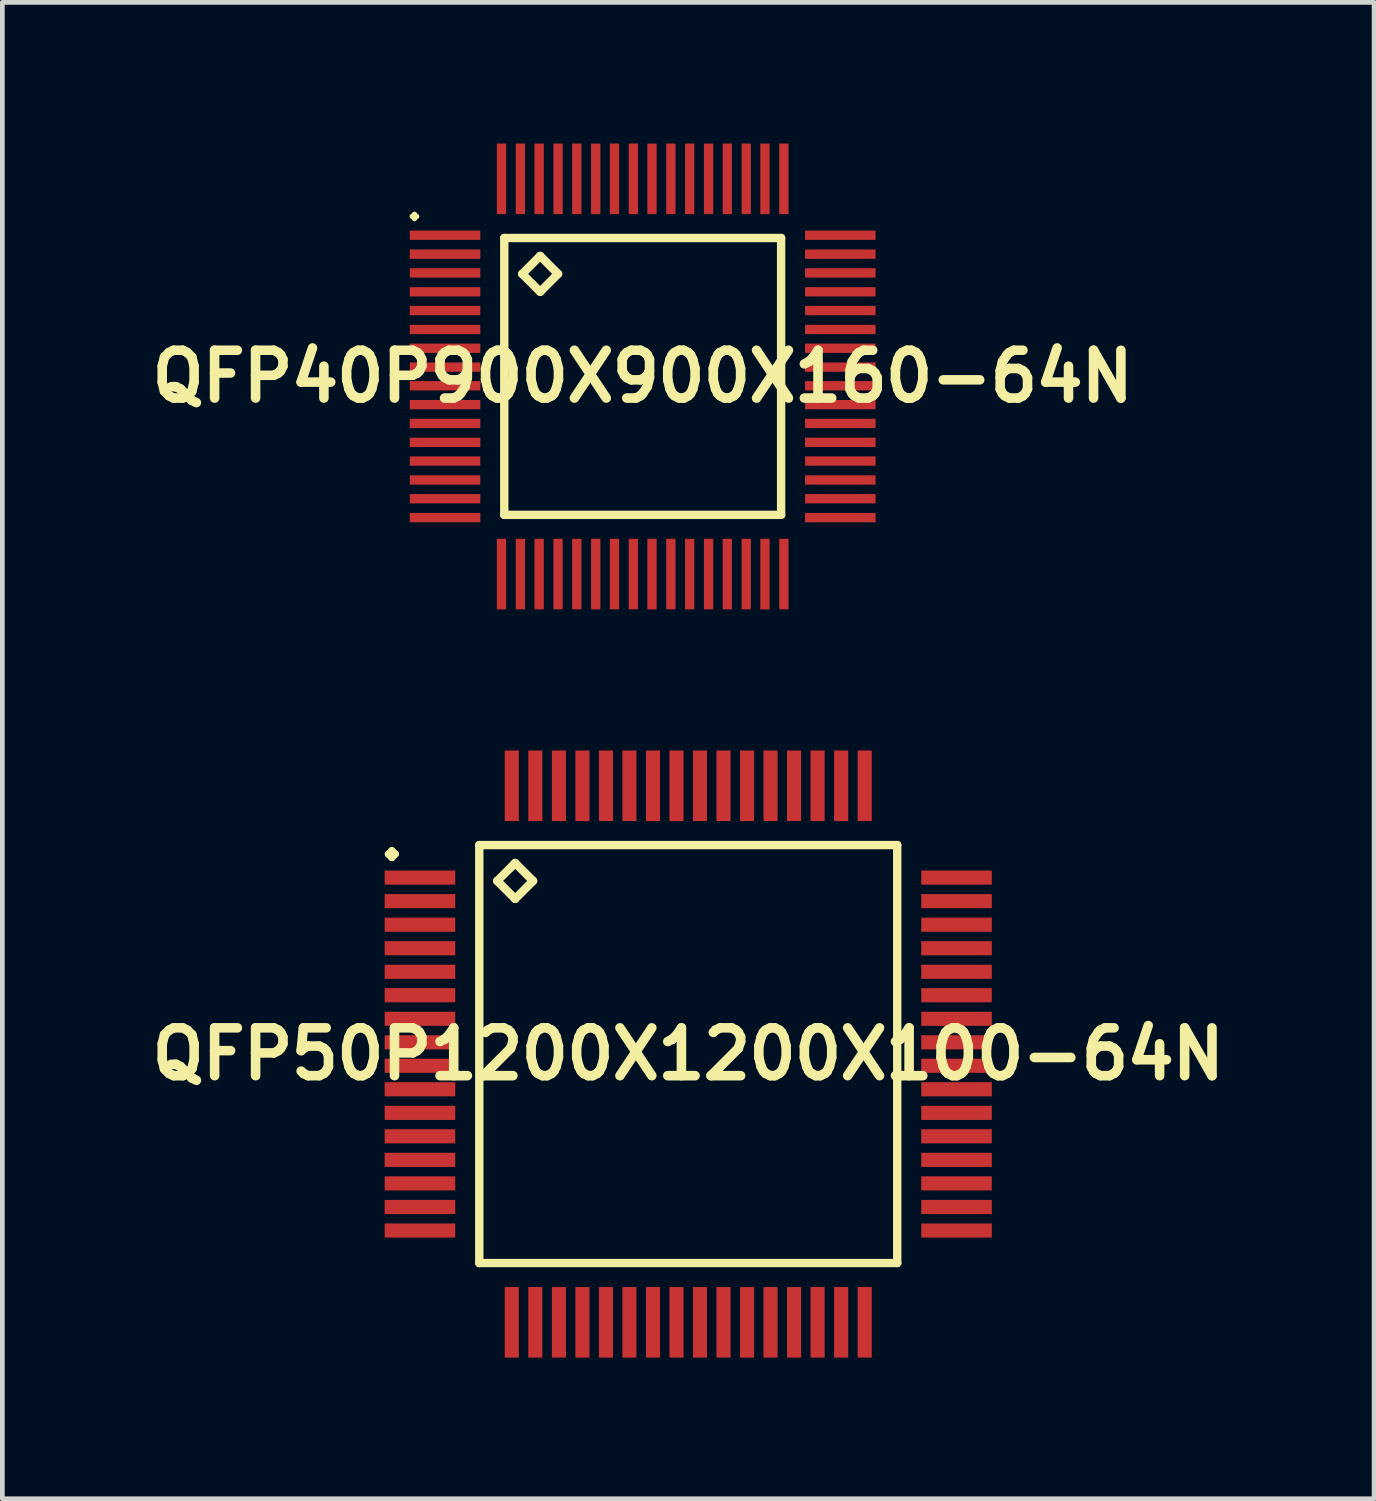
<source format=kicad_pcb>
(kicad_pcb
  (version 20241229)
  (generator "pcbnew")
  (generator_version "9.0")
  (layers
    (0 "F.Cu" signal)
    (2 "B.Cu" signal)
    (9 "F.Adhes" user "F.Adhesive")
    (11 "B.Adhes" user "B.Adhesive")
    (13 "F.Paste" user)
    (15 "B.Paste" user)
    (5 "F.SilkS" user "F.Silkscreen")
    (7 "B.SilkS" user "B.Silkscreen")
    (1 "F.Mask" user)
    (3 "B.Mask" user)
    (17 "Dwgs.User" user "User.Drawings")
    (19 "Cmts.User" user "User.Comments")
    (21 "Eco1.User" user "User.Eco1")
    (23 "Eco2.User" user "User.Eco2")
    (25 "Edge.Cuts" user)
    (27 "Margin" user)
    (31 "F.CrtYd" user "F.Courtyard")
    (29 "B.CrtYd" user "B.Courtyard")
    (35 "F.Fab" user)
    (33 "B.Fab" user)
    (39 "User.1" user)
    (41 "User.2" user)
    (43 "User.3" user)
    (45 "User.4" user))
  (footprint "QFP40P900X900X160-64N"
    (layer "F.Cu")
    (at 10.605 4.948)
    (property "Reference" "QFP40P900X900X160-64N" (at 0 0 0) (layer "F.SilkS") (effects (font (size 1.016 1.016) (thickness 0.203))))
    (attr smd)
    (fp_line (start -4.9 -3.399) (end -4.849 -3.449) (stroke (width 0.099) (type solid)) (layer "F.SilkS"))
    (fp_line (start -4.849 -3.449) (end -4.798 -3.399) (stroke (width 0.099) (type solid)) (layer "F.SilkS"))
    (fp_line (start -4.849 -3.348) (end -4.9 -3.399) (stroke (width 0.099) (type solid)) (layer "F.SilkS"))
    (fp_line (start -4.798 -3.399) (end -4.849 -3.348) (stroke (width 0.099) (type solid)) (layer "F.SilkS"))
    (fp_line (start -2.941 -2.941) (end -2.941 2.941) (stroke (width 0.178) (type solid)) (layer "F.SilkS"))
    (fp_line (start -2.941 2.941) (end 2.941 2.941) (stroke (width 0.178) (type solid)) (layer "F.SilkS"))
    (fp_line (start -2.56 -2.179) (end -2.179 -2.56) (stroke (width 0.178) (type solid)) (layer "F.SilkS"))
    (fp_line (start -2.179 -2.56) (end -1.798 -2.179) (stroke (width 0.178) (type solid)) (layer "F.SilkS"))
    (fp_line (start -2.179 -1.798) (end -2.56 -2.179) (stroke (width 0.178) (type solid)) (layer "F.SilkS"))
    (fp_line (start -1.798 -2.179) (end -2.179 -1.798) (stroke (width 0.178) (type solid)) (layer "F.SilkS"))
    (fp_line (start 2.941 -2.941) (end -2.941 -2.941) (stroke (width 0.178) (type solid)) (layer "F.SilkS"))
    (fp_line (start 2.941 2.941) (end 2.941 -2.941) (stroke (width 0.178) (type solid)) (layer "F.SilkS"))
    (pad "1" smd rect (at -4.199 -3) (size 1.499 0.198) (layers "F.Cu" "F.Mask" "F.Paste"))
    (pad "2" smd rect (at -4.199 -2.598) (size 1.499 0.198) (layers "F.Cu" "F.Mask" "F.Paste"))
    (pad "3" smd rect (at -4.199 -2.2) (size 1.499 0.198) (layers "F.Cu" "F.Mask" "F.Paste"))
    (pad "4" smd rect (at -4.199 -1.798) (size 1.499 0.198) (layers "F.Cu" "F.Mask" "F.Paste"))
    (pad "5" smd rect (at -4.199 -1.4) (size 1.499 0.198) (layers "F.Cu" "F.Mask" "F.Paste"))
    (pad "6" smd rect (at -4.199 -0.998) (size 1.499 0.198) (layers "F.Cu" "F.Mask" "F.Paste"))
    (pad "7" smd rect (at -4.199 -0.599) (size 1.499 0.198) (layers "F.Cu" "F.Mask" "F.Paste"))
    (pad "8" smd rect (at -4.199 -0.198) (size 1.499 0.198) (layers "F.Cu" "F.Mask" "F.Paste"))
    (pad "9" smd rect (at -4.199 0.198) (size 1.499 0.198) (layers "F.Cu" "F.Mask" "F.Paste"))
    (pad "10" smd rect (at -4.199 0.599) (size 1.499 0.198) (layers "F.Cu" "F.Mask" "F.Paste"))
    (pad "11" smd rect (at -4.199 0.998) (size 1.499 0.198) (layers "F.Cu" "F.Mask" "F.Paste"))
    (pad "12" smd rect (at -4.199 1.4) (size 1.499 0.198) (layers "F.Cu" "F.Mask" "F.Paste"))
    (pad "13" smd rect (at -4.199 1.798) (size 1.499 0.198) (layers "F.Cu" "F.Mask" "F.Paste"))
    (pad "14" smd rect (at -4.199 2.2) (size 1.499 0.198) (layers "F.Cu" "F.Mask" "F.Paste"))
    (pad "15" smd rect (at -4.199 2.598) (size 1.499 0.198) (layers "F.Cu" "F.Mask" "F.Paste"))
    (pad "16" smd rect (at -4.199 3) (size 1.499 0.198) (layers "F.Cu" "F.Mask" "F.Paste"))
    (pad "17" smd rect (at -3 4.199) (size 0.198 1.499) (layers "F.Cu" "F.Mask" "F.Paste"))
    (pad "18" smd rect (at -2.598 4.199) (size 0.198 1.499) (layers "F.Cu" "F.Mask" "F.Paste"))
    (pad "19" smd rect (at -2.2 4.199) (size 0.198 1.499) (layers "F.Cu" "F.Mask" "F.Paste"))
    (pad "20" smd rect (at -1.798 4.199) (size 0.198 1.499) (layers "F.Cu" "F.Mask" "F.Paste"))
    (pad "21" smd rect (at -1.4 4.199) (size 0.198 1.499) (layers "F.Cu" "F.Mask" "F.Paste"))
    (pad "22" smd rect (at -0.998 4.199) (size 0.198 1.499) (layers "F.Cu" "F.Mask" "F.Paste"))
    (pad "23" smd rect (at -0.599 4.199) (size 0.198 1.499) (layers "F.Cu" "F.Mask" "F.Paste"))
    (pad "24" smd rect (at -0.198 4.199) (size 0.198 1.499) (layers "F.Cu" "F.Mask" "F.Paste"))
    (pad "25" smd rect (at 0.198 4.199) (size 0.198 1.499) (layers "F.Cu" "F.Mask" "F.Paste"))
    (pad "26" smd rect (at 0.599 4.199) (size 0.198 1.499) (layers "F.Cu" "F.Mask" "F.Paste"))
    (pad "27" smd rect (at 0.998 4.199) (size 0.198 1.499) (layers "F.Cu" "F.Mask" "F.Paste"))
    (pad "28" smd rect (at 1.4 4.199) (size 0.198 1.499) (layers "F.Cu" "F.Mask" "F.Paste"))
    (pad "29" smd rect (at 1.798 4.199) (size 0.198 1.499) (layers "F.Cu" "F.Mask" "F.Paste"))
    (pad "30" smd rect (at 2.2 4.199) (size 0.198 1.499) (layers "F.Cu" "F.Mask" "F.Paste"))
    (pad "31" smd rect (at 2.598 4.199) (size 0.198 1.499) (layers "F.Cu" "F.Mask" "F.Paste"))
    (pad "32" smd rect (at 3 4.199) (size 0.198 1.499) (layers "F.Cu" "F.Mask" "F.Paste"))
    (pad "33" smd rect (at 4.199 3) (size 1.499 0.198) (layers "F.Cu" "F.Mask" "F.Paste"))
    (pad "34" smd rect (at 4.199 2.598) (size 1.499 0.198) (layers "F.Cu" "F.Mask" "F.Paste"))
    (pad "35" smd rect (at 4.199 2.2) (size 1.499 0.198) (layers "F.Cu" "F.Mask" "F.Paste"))
    (pad "36" smd rect (at 4.199 1.798) (size 1.499 0.198) (layers "F.Cu" "F.Mask" "F.Paste"))
    (pad "37" smd rect (at 4.199 1.4) (size 1.499 0.198) (layers "F.Cu" "F.Mask" "F.Paste"))
    (pad "38" smd rect (at 4.199 0.998) (size 1.499 0.198) (layers "F.Cu" "F.Mask" "F.Paste"))
    (pad "39" smd rect (at 4.199 0.599) (size 1.499 0.198) (layers "F.Cu" "F.Mask" "F.Paste"))
    (pad "40" smd rect (at 4.199 0.198) (size 1.499 0.198) (layers "F.Cu" "F.Mask" "F.Paste"))
    (pad "41" smd rect (at 4.199 -0.198) (size 1.499 0.198) (layers "F.Cu" "F.Mask" "F.Paste"))
    (pad "42" smd rect (at 4.199 -0.599) (size 1.499 0.198) (layers "F.Cu" "F.Mask" "F.Paste"))
    (pad "43" smd rect (at 4.199 -0.998) (size 1.499 0.198) (layers "F.Cu" "F.Mask" "F.Paste"))
    (pad "44" smd rect (at 4.199 -1.4) (size 1.499 0.198) (layers "F.Cu" "F.Mask" "F.Paste"))
    (pad "45" smd rect (at 4.199 -1.798) (size 1.499 0.198) (layers "F.Cu" "F.Mask" "F.Paste"))
    (pad "46" smd rect (at 4.199 -2.2) (size 1.499 0.198) (layers "F.Cu" "F.Mask" "F.Paste"))
    (pad "47" smd rect (at 4.199 -2.598) (size 1.499 0.198) (layers "F.Cu" "F.Mask" "F.Paste"))
    (pad "48" smd rect (at 4.199 -3) (size 1.499 0.198) (layers "F.Cu" "F.Mask" "F.Paste"))
    (pad "49" smd rect (at 3 -4.199) (size 0.198 1.499) (layers "F.Cu" "F.Mask" "F.Paste"))
    (pad "50" smd rect (at 2.598 -4.199) (size 0.198 1.499) (layers "F.Cu" "F.Mask" "F.Paste"))
    (pad "51" smd rect (at 2.2 -4.199) (size 0.198 1.499) (layers "F.Cu" "F.Mask" "F.Paste"))
    (pad "52" smd rect (at 1.798 -4.199) (size 0.198 1.499) (layers "F.Cu" "F.Mask" "F.Paste"))
    (pad "53" smd rect (at 1.4 -4.199) (size 0.198 1.499) (layers "F.Cu" "F.Mask" "F.Paste"))
    (pad "54" smd rect (at 0.998 -4.199) (size 0.198 1.499) (layers "F.Cu" "F.Mask" "F.Paste"))
    (pad "55" smd rect (at 0.599 -4.199) (size 0.198 1.499) (layers "F.Cu" "F.Mask" "F.Paste"))
    (pad "56" smd rect (at 0.198 -4.199) (size 0.198 1.499) (layers "F.Cu" "F.Mask" "F.Paste"))
    (pad "57" smd rect (at -0.198 -4.199) (size 0.198 1.499) (layers "F.Cu" "F.Mask" "F.Paste"))
    (pad "58" smd rect (at -0.599 -4.199) (size 0.198 1.499) (layers "F.Cu" "F.Mask" "F.Paste"))
    (pad "59" smd rect (at -0.998 -4.199) (size 0.198 1.499) (layers "F.Cu" "F.Mask" "F.Paste"))
    (pad "60" smd rect (at -1.4 -4.199) (size 0.198 1.499) (layers "F.Cu" "F.Mask" "F.Paste"))
    (pad "61" smd rect (at -1.798 -4.199) (size 0.198 1.499) (layers "F.Cu" "F.Mask" "F.Paste"))
    (pad "62" smd rect (at -2.2 -4.199) (size 0.198 1.499) (layers "F.Cu" "F.Mask" "F.Paste"))
    (pad "63" smd rect (at -2.598 -4.199) (size 0.198 1.499) (layers "F.Cu" "F.Mask" "F.Paste"))
    (pad "64" smd rect (at -3 -4.199) (size 0.198 1.499) (layers "F.Cu" "F.Mask" "F.Paste")))
  (footprint "QFP50P1200X1200X100-64N"
    (layer "F.Cu")
    (at 11.573 19.345)
    (property "Reference" "QFP50P1200X1200X100-64N" (at 0 0 0) (layer "F.SilkS") (effects (font (size 1.016 1.016) (thickness 0.203))))
    (attr smd)
    (fp_line (start -6.373 -4.249) (end -6.299 -4.323) (stroke (width 0.15) (type solid)) (layer "F.SilkS"))
    (fp_line (start -6.299 -4.323) (end -6.223 -4.249) (stroke (width 0.15) (type solid)) (layer "F.SilkS"))
    (fp_line (start -6.299 -4.173) (end -6.373 -4.249) (stroke (width 0.15) (type solid)) (layer "F.SilkS"))
    (fp_line (start -6.223 -4.249) (end -6.299 -4.173) (stroke (width 0.15) (type solid)) (layer "F.SilkS"))
    (fp_line (start -4.44 -4.44) (end -4.44 4.44) (stroke (width 0.178) (type solid)) (layer "F.SilkS"))
    (fp_line (start -4.44 4.44) (end 4.44 4.44) (stroke (width 0.178) (type solid)) (layer "F.SilkS"))
    (fp_line (start -4.059 -3.678) (end -3.678 -4.059) (stroke (width 0.178) (type solid)) (layer "F.SilkS"))
    (fp_line (start -3.678 -4.059) (end -3.297 -3.678) (stroke (width 0.178) (type solid)) (layer "F.SilkS"))
    (fp_line (start -3.678 -3.297) (end -4.059 -3.678) (stroke (width 0.178) (type solid)) (layer "F.SilkS"))
    (fp_line (start -3.297 -3.678) (end -3.678 -3.297) (stroke (width 0.178) (type solid)) (layer "F.SilkS"))
    (fp_line (start 4.44 -4.44) (end -4.44 -4.44) (stroke (width 0.178) (type solid)) (layer "F.SilkS"))
    (fp_line (start 4.44 4.44) (end 4.44 -4.44) (stroke (width 0.178) (type solid)) (layer "F.SilkS"))
    (pad "1" smd rect (at -5.7 -3.749) (size 1.499 0.3) (layers "F.Cu" "F.Mask" "F.Paste"))
    (pad "2" smd rect (at -5.7 -3.249) (size 1.499 0.3) (layers "F.Cu" "F.Mask" "F.Paste"))
    (pad "3" smd rect (at -5.7 -2.748) (size 1.499 0.3) (layers "F.Cu" "F.Mask" "F.Paste"))
    (pad "4" smd rect (at -5.7 -2.248) (size 1.499 0.3) (layers "F.Cu" "F.Mask" "F.Paste"))
    (pad "5" smd rect (at -5.7 -1.748) (size 1.499 0.3) (layers "F.Cu" "F.Mask" "F.Paste"))
    (pad "6" smd rect (at -5.7 -1.25) (size 1.499 0.3) (layers "F.Cu" "F.Mask" "F.Paste"))
    (pad "7" smd rect (at -5.7 -0.749) (size 1.499 0.3) (layers "F.Cu" "F.Mask" "F.Paste"))
    (pad "8" smd rect (at -5.7 -0.249) (size 1.499 0.3) (layers "F.Cu" "F.Mask" "F.Paste"))
    (pad "9" smd rect (at -5.7 0.249) (size 1.499 0.3) (layers "F.Cu" "F.Mask" "F.Paste"))
    (pad "10" smd rect (at -5.7 0.749) (size 1.499 0.3) (layers "F.Cu" "F.Mask" "F.Paste"))
    (pad "11" smd rect (at -5.7 1.25) (size 1.499 0.3) (layers "F.Cu" "F.Mask" "F.Paste"))
    (pad "12" smd rect (at -5.7 1.748) (size 1.499 0.3) (layers "F.Cu" "F.Mask" "F.Paste"))
    (pad "13" smd rect (at -5.7 2.248) (size 1.499 0.3) (layers "F.Cu" "F.Mask" "F.Paste"))
    (pad "14" smd rect (at -5.7 2.748) (size 1.499 0.3) (layers "F.Cu" "F.Mask" "F.Paste"))
    (pad "15" smd rect (at -5.7 3.249) (size 1.499 0.3) (layers "F.Cu" "F.Mask" "F.Paste"))
    (pad "16" smd rect (at -5.7 3.749) (size 1.499 0.3) (layers "F.Cu" "F.Mask" "F.Paste"))
    (pad "17" smd rect (at -3.749 5.7) (size 0.3 1.499) (layers "F.Cu" "F.Mask" "F.Paste"))
    (pad "18" smd rect (at -3.249 5.7) (size 0.3 1.499) (layers "F.Cu" "F.Mask" "F.Paste"))
    (pad "19" smd rect (at -2.748 5.7) (size 0.3 1.499) (layers "F.Cu" "F.Mask" "F.Paste"))
    (pad "20" smd rect (at -2.248 5.7) (size 0.3 1.499) (layers "F.Cu" "F.Mask" "F.Paste"))
    (pad "21" smd rect (at -1.748 5.7) (size 0.3 1.499) (layers "F.Cu" "F.Mask" "F.Paste"))
    (pad "22" smd rect (at -1.25 5.7) (size 0.3 1.499) (layers "F.Cu" "F.Mask" "F.Paste"))
    (pad "23" smd rect (at -0.749 5.7) (size 0.3 1.499) (layers "F.Cu" "F.Mask" "F.Paste"))
    (pad "24" smd rect (at -0.249 5.7) (size 0.3 1.499) (layers "F.Cu" "F.Mask" "F.Paste"))
    (pad "25" smd rect (at 0.249 5.7) (size 0.3 1.499) (layers "F.Cu" "F.Mask" "F.Paste"))
    (pad "26" smd rect (at 0.749 5.7) (size 0.3 1.499) (layers "F.Cu" "F.Mask" "F.Paste"))
    (pad "27" smd rect (at 1.25 5.7) (size 0.3 1.499) (layers "F.Cu" "F.Mask" "F.Paste"))
    (pad "28" smd rect (at 1.748 5.7) (size 0.3 1.499) (layers "F.Cu" "F.Mask" "F.Paste"))
    (pad "29" smd rect (at 2.248 5.7) (size 0.3 1.499) (layers "F.Cu" "F.Mask" "F.Paste"))
    (pad "30" smd rect (at 2.748 5.7) (size 0.3 1.499) (layers "F.Cu" "F.Mask" "F.Paste"))
    (pad "31" smd rect (at 3.249 5.7) (size 0.3 1.499) (layers "F.Cu" "F.Mask" "F.Paste"))
    (pad "32" smd rect (at 3.749 5.7) (size 0.3 1.499) (layers "F.Cu" "F.Mask" "F.Paste"))
    (pad "33" smd rect (at 5.7 3.749) (size 1.499 0.3) (layers "F.Cu" "F.Mask" "F.Paste"))
    (pad "34" smd rect (at 5.7 3.249) (size 1.499 0.3) (layers "F.Cu" "F.Mask" "F.Paste"))
    (pad "35" smd rect (at 5.7 2.748) (size 1.499 0.3) (layers "F.Cu" "F.Mask" "F.Paste"))
    (pad "36" smd rect (at 5.7 2.248) (size 1.499 0.3) (layers "F.Cu" "F.Mask" "F.Paste"))
    (pad "37" smd rect (at 5.7 1.748) (size 1.499 0.3) (layers "F.Cu" "F.Mask" "F.Paste"))
    (pad "38" smd rect (at 5.7 1.25) (size 1.499 0.3) (layers "F.Cu" "F.Mask" "F.Paste"))
    (pad "39" smd rect (at 5.7 0.749) (size 1.499 0.3) (layers "F.Cu" "F.Mask" "F.Paste"))
    (pad "40" smd rect (at 5.7 0.249) (size 1.499 0.3) (layers "F.Cu" "F.Mask" "F.Paste"))
    (pad "41" smd rect (at 5.7 -0.249) (size 1.499 0.3) (layers "F.Cu" "F.Mask" "F.Paste"))
    (pad "42" smd rect (at 5.7 -0.749) (size 1.499 0.3) (layers "F.Cu" "F.Mask" "F.Paste"))
    (pad "43" smd rect (at 5.7 -1.25) (size 1.499 0.3) (layers "F.Cu" "F.Mask" "F.Paste"))
    (pad "44" smd rect (at 5.7 -1.748) (size 1.499 0.3) (layers "F.Cu" "F.Mask" "F.Paste"))
    (pad "45" smd rect (at 5.7 -2.248) (size 1.499 0.3) (layers "F.Cu" "F.Mask" "F.Paste"))
    (pad "46" smd rect (at 5.7 -2.748) (size 1.499 0.3) (layers "F.Cu" "F.Mask" "F.Paste"))
    (pad "47" smd rect (at 5.7 -3.249) (size 1.499 0.3) (layers "F.Cu" "F.Mask" "F.Paste"))
    (pad "48" smd rect (at 5.7 -3.749) (size 1.499 0.3) (layers "F.Cu" "F.Mask" "F.Paste"))
    (pad "49" smd rect (at 3.749 -5.7) (size 0.3 1.499) (layers "F.Cu" "F.Mask" "F.Paste"))
    (pad "50" smd rect (at 3.249 -5.7) (size 0.3 1.499) (layers "F.Cu" "F.Mask" "F.Paste"))
    (pad "51" smd rect (at 2.748 -5.7) (size 0.3 1.499) (layers "F.Cu" "F.Mask" "F.Paste"))
    (pad "52" smd rect (at 2.248 -5.7) (size 0.3 1.499) (layers "F.Cu" "F.Mask" "F.Paste"))
    (pad "53" smd rect (at 1.748 -5.7) (size 0.3 1.499) (layers "F.Cu" "F.Mask" "F.Paste"))
    (pad "54" smd rect (at 1.25 -5.7) (size 0.3 1.499) (layers "F.Cu" "F.Mask" "F.Paste"))
    (pad "55" smd rect (at 0.749 -5.7) (size 0.3 1.499) (layers "F.Cu" "F.Mask" "F.Paste"))
    (pad "56" smd rect (at 0.249 -5.7) (size 0.3 1.499) (layers "F.Cu" "F.Mask" "F.Paste"))
    (pad "57" smd rect (at -0.249 -5.7) (size 0.3 1.499) (layers "F.Cu" "F.Mask" "F.Paste"))
    (pad "58" smd rect (at -0.749 -5.7) (size 0.3 1.499) (layers "F.Cu" "F.Mask" "F.Paste"))
    (pad "59" smd rect (at -1.25 -5.7) (size 0.3 1.499) (layers "F.Cu" "F.Mask" "F.Paste"))
    (pad "60" smd rect (at -1.748 -5.7) (size 0.3 1.499) (layers "F.Cu" "F.Mask" "F.Paste"))
    (pad "61" smd rect (at -2.248 -5.7) (size 0.3 1.499) (layers "F.Cu" "F.Mask" "F.Paste"))
    (pad "62" smd rect (at -2.748 -5.7) (size 0.3 1.499) (layers "F.Cu" "F.Mask" "F.Paste"))
    (pad "63" smd rect (at -3.249 -5.7) (size 0.3 1.499) (layers "F.Cu" "F.Mask" "F.Paste"))
    (pad "64" smd rect (at -3.749 -5.7) (size 0.3 1.499) (layers "F.Cu" "F.Mask" "F.Paste")))
  (gr_rect
    (start -3 -3)
    (end 26.145 28.794)
    (stroke (width 0.1) (type default))
    (fill no)
    (layer "Edge.Cuts")))
</source>
